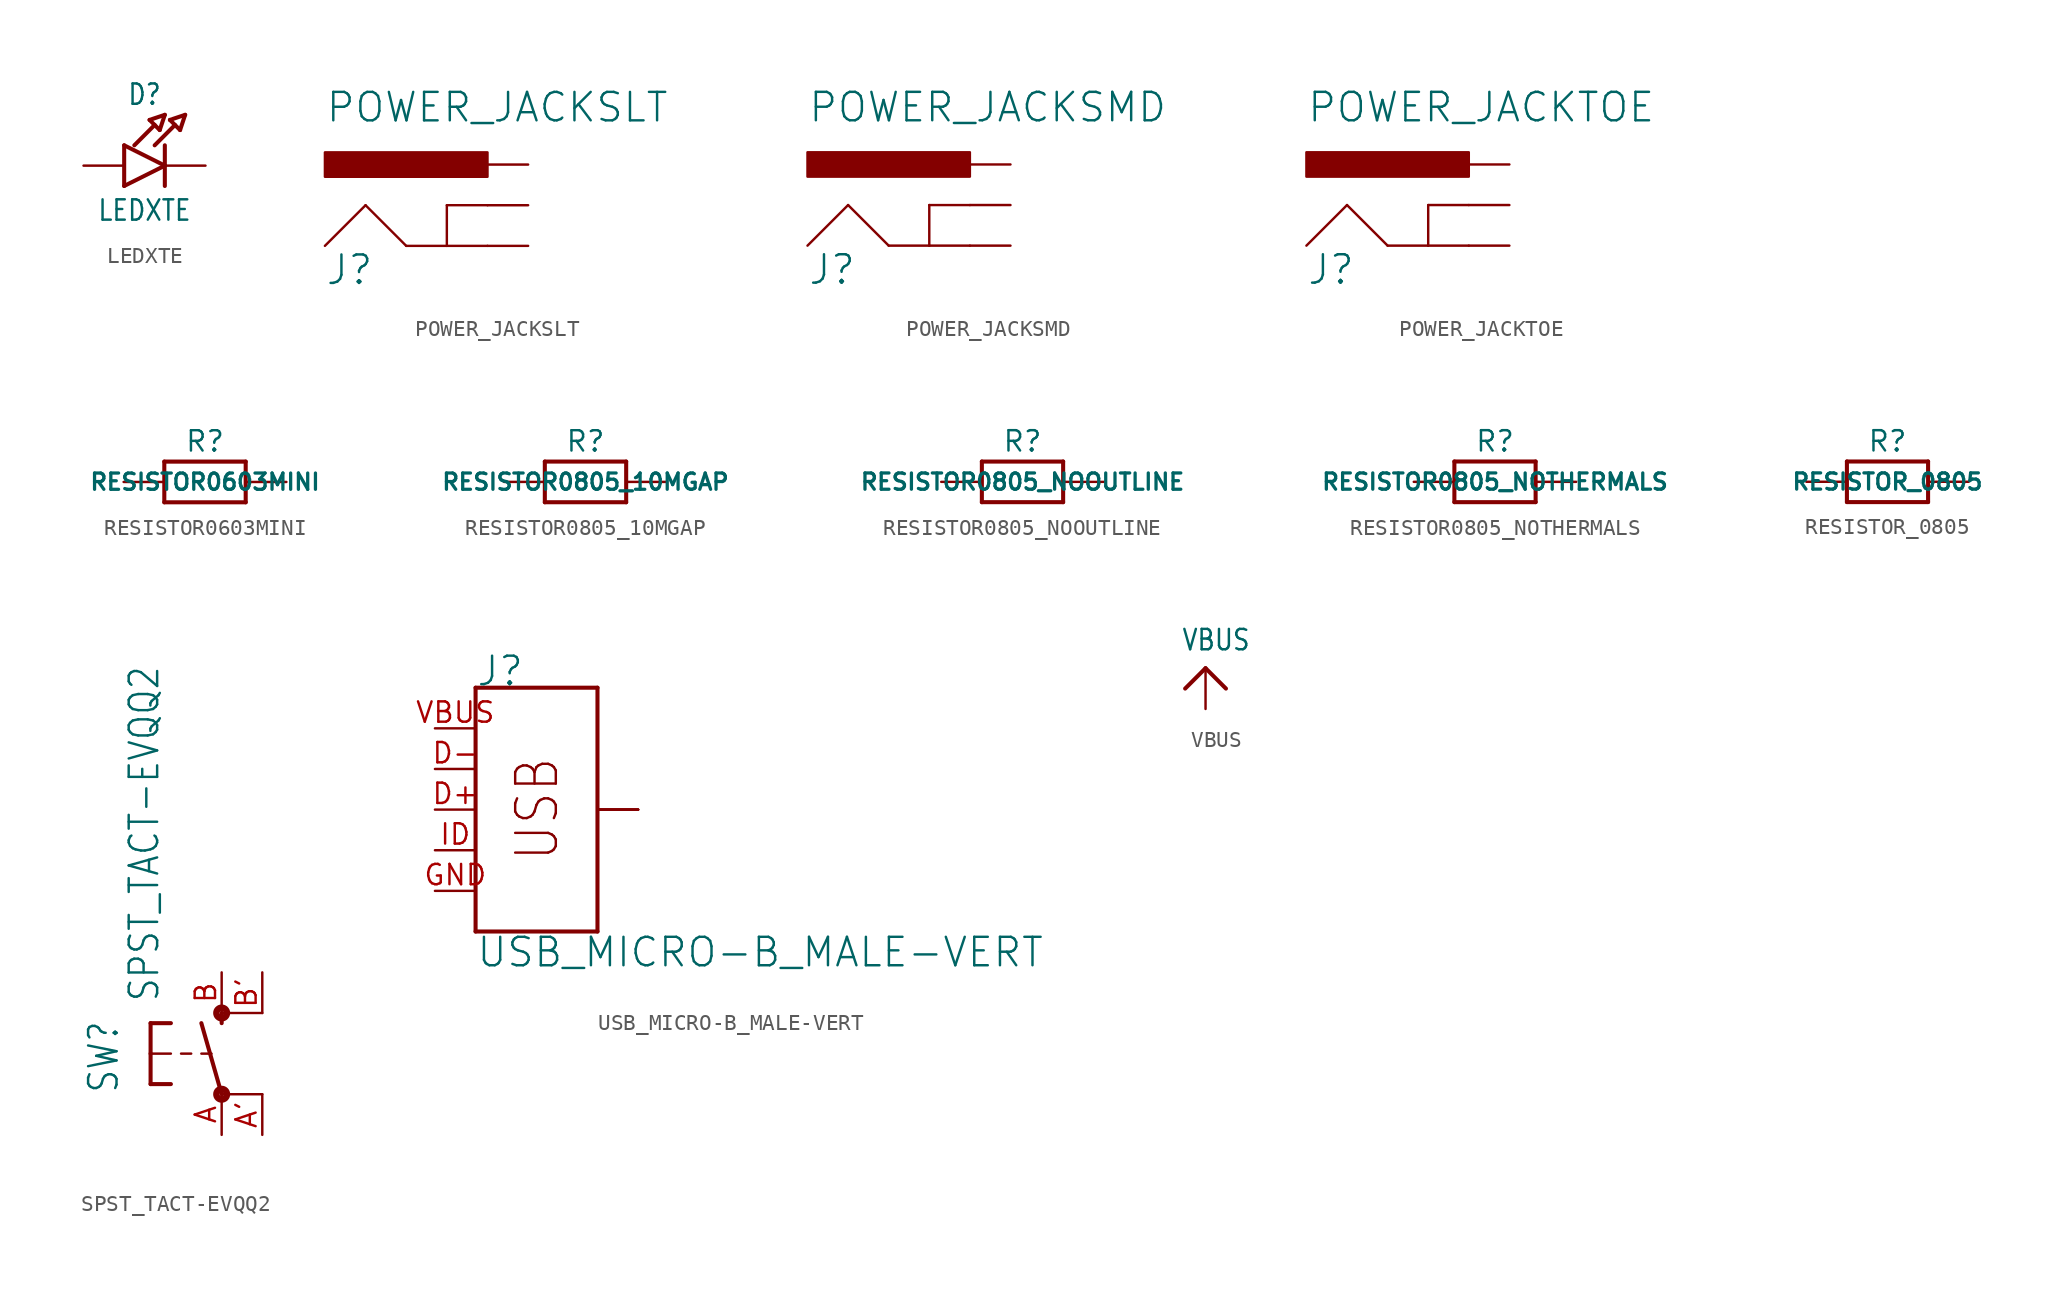
<source format=kicad_sym>
(kicad_symbol_lib
  (version 20211014)
  (generator kicad_symbol_editor)
  (symbol "LEDXTE"
    (property "Reference" "D"
      (at -1.27 4.445 0)
      (effects (font (size 1.27 1.079))))
    (property "Value" "LEDXTE"
      (at -1.27 -2.794 0)
      (effects (font (size 1.27 1.079))))
    (property "ki_locked" ""
      (at 0 0 0)
      (effects (font (size 1.27 1.27))))
    (symbol "LEDXTE_1_0"
      (polyline (pts (xy -2.54 -1.27) (xy 0 0)) (stroke (width 0.254) (type default) (color 0 0 0 0)) (fill (type none)))
      (polyline (pts (xy -2.54 1.27) (xy -2.54 -1.27)) (stroke (width 0.254) (type default) (color 0 0 0 0)) (fill (type none)))
      (polyline (pts (xy -1.905 1.27) (xy -0.635 2.54)) (stroke (width 0.254) (type default) (color 0 0 0 0)) (fill (type none)))
      (polyline (pts (xy -0.953 2.857) (xy -0.318 2.223)) (stroke (width 0.254) (type default) (color 0 0 0 0)) (fill (type none)))
      (polyline (pts (xy -0.635 1.27) (xy 0.635 2.54)) (stroke (width 0.254) (type default) (color 0 0 0 0)) (fill (type none)))
      (polyline (pts (xy -0.318 2.223) (xy 0 3.175)) (stroke (width 0.254) (type default) (color 0 0 0 0)) (fill (type none)))
      (polyline (pts (xy 0 0) (xy -2.54 1.27)) (stroke (width 0.254) (type default) (color 0 0 0 0)) (fill (type none)))
      (polyline (pts (xy 0 0) (xy 0 -1.27)) (stroke (width 0.254) (type default) (color 0 0 0 0)) (fill (type none)))
      (polyline (pts (xy 0 1.27) (xy 0 0)) (stroke (width 0.254) (type default) (color 0 0 0 0)) (fill (type none)))
      (polyline (pts (xy 0 3.175) (xy -0.953 2.857)) (stroke (width 0.254) (type default) (color 0 0 0 0)) (fill (type none)))
      (polyline (pts (xy 0.318 2.857) (xy 0.953 2.223)) (stroke (width 0.254) (type default) (color 0 0 0 0)) (fill (type none)))
      (polyline (pts (xy 0.953 2.223) (xy 1.27 3.175)) (stroke (width 0.254) (type default) (color 0 0 0 0)) (fill (type none)))
      (polyline (pts (xy 1.27 3.175) (xy 0.318 2.857)) (stroke (width 0.254) (type default) (color 0 0 0 0)) (fill (type none)))
      (pin passive line (at -5.08 0 0) (length 2.54) (name "A" (effects (font (size 0 0)))) (number "ANODE" (effects (font (size 0 0)))))
      (pin passive line (at 2.54 0 180) (length 2.54) (name "C" (effects (font (size 0 0)))) (number "CATHODE" (effects (font (size 0 0)))))))
  (symbol "POWER_JACKSLT"
    (property "Reference" "J"
      (at -10.16 0 0)
      (effects (font (size 1.778 1.778)) (justify left bottom)))
    (property "Value" "POWER_JACKSLT"
      (at -10.16 10.16 0)
      (effects (font (size 1.778 1.778)) (justify left bottom)))
    (property "ki_locked" ""
      (at 0 0 0)
      (effects (font (size 1.27 1.27))))
    (symbol "POWER_JACKSLT_1_0"
      (rectangle (start -10.16 6.858) (end 0 8.382) (stroke (width 0) (type default) (color 0 0 0 0)) (fill (type outline)))
      (polyline (pts (xy -10.16 2.54) (xy -7.62 5.08)) (stroke (width 0.152) (type default) (color 0 0 0 0)) (fill (type none)))
      (polyline (pts (xy -7.62 5.08) (xy -5.08 2.54)) (stroke (width 0.152) (type default) (color 0 0 0 0)) (fill (type none)))
      (polyline (pts (xy -5.08 2.54) (xy -2.54 2.54)) (stroke (width 0.152) (type default) (color 0 0 0 0)) (fill (type none)))
      (polyline (pts (xy -2.54 2.54) (xy -2.54 5.08)) (stroke (width 0.152) (type default) (color 0 0 0 0)) (fill (type none)))
      (polyline (pts (xy -2.54 2.54) (xy 0 2.54)) (stroke (width 0.152) (type default) (color 0 0 0 0)) (fill (type none)))
      (polyline (pts (xy -2.54 5.08) (xy 0 5.08)) (stroke (width 0.152) (type default) (color 0 0 0 0)) (fill (type none)))
      (pin bidirectional line (at 2.54 5.08 180) (length 2.54) (name "GNDBREAK" (effects (font (size 0 0)))) (number "GND@1" (effects (font (size 0 0)))))
      (pin bidirectional line (at 2.54 2.54 180) (length 2.54) (name "GND" (effects (font (size 0 0)))) (number "GND@2" (effects (font (size 0 0)))))
      (pin bidirectional line (at 2.54 7.62 180) (length 2.54) (name "PWR" (effects (font (size 0 0)))) (number "PWR" (effects (font (size 0 0)))))))
  (symbol "POWER_JACKSMD"
    (property "Reference" "J"
      (at -10.16 0 0)
      (effects (font (size 1.778 1.778)) (justify left bottom)))
    (property "Value" "POWER_JACKSMD"
      (at -10.16 10.16 0)
      (effects (font (size 1.778 1.778)) (justify left bottom)))
    (property "ki_locked" ""
      (at 0 0 0)
      (effects (font (size 1.27 1.27))))
    (symbol "POWER_JACKSMD_1_0"
      (rectangle (start -10.16 6.858) (end 0 8.382) (stroke (width 0) (type default) (color 0 0 0 0)) (fill (type outline)))
      (polyline (pts (xy -10.16 2.54) (xy -7.62 5.08)) (stroke (width 0.152) (type default) (color 0 0 0 0)) (fill (type none)))
      (polyline (pts (xy -7.62 5.08) (xy -5.08 2.54)) (stroke (width 0.152) (type default) (color 0 0 0 0)) (fill (type none)))
      (polyline (pts (xy -5.08 2.54) (xy -2.54 2.54)) (stroke (width 0.152) (type default) (color 0 0 0 0)) (fill (type none)))
      (polyline (pts (xy -2.54 2.54) (xy -2.54 5.08)) (stroke (width 0.152) (type default) (color 0 0 0 0)) (fill (type none)))
      (polyline (pts (xy -2.54 2.54) (xy 0 2.54)) (stroke (width 0.152) (type default) (color 0 0 0 0)) (fill (type none)))
      (polyline (pts (xy -2.54 5.08) (xy 0 5.08)) (stroke (width 0.152) (type default) (color 0 0 0 0)) (fill (type none)))
      (pin bidirectional line (at 2.54 5.08 180) (length 2.54) (name "GNDBREAK" (effects (font (size 0 0)))) (number "GND" (effects (font (size 0 0)))))
      (pin bidirectional line (at 2.54 2.54 180) (length 2.54) (name "GND" (effects (font (size 0 0)))) (number "P$4" (effects (font (size 0 0)))))
      (pin bidirectional line (at 2.54 7.62 180) (length 2.54) (name "PWR" (effects (font (size 0 0)))) (number "VIN0" (effects (font (size 0 0)))))))
  (symbol "POWER_JACKTOE"
    (property "Reference" "J"
      (at -10.16 0 0)
      (effects (font (size 1.778 1.778)) (justify left bottom)))
    (property "Value" "POWER_JACKTOE"
      (at -10.16 10.16 0)
      (effects (font (size 1.778 1.778)) (justify left bottom)))
    (property "ki_locked" ""
      (at 0 0 0)
      (effects (font (size 1.27 1.27))))
    (symbol "POWER_JACKTOE_1_0"
      (rectangle (start -10.16 6.858) (end 0 8.382) (stroke (width 0) (type default) (color 0 0 0 0)) (fill (type outline)))
      (polyline (pts (xy -10.16 2.54) (xy -7.62 5.08)) (stroke (width 0.152) (type default) (color 0 0 0 0)) (fill (type none)))
      (polyline (pts (xy -7.62 5.08) (xy -5.08 2.54)) (stroke (width 0.152) (type default) (color 0 0 0 0)) (fill (type none)))
      (polyline (pts (xy -5.08 2.54) (xy -2.54 2.54)) (stroke (width 0.152) (type default) (color 0 0 0 0)) (fill (type none)))
      (polyline (pts (xy -2.54 2.54) (xy -2.54 5.08)) (stroke (width 0.152) (type default) (color 0 0 0 0)) (fill (type none)))
      (polyline (pts (xy -2.54 2.54) (xy 0 2.54)) (stroke (width 0.152) (type default) (color 0 0 0 0)) (fill (type none)))
      (polyline (pts (xy -2.54 5.08) (xy 0 5.08)) (stroke (width 0.152) (type default) (color 0 0 0 0)) (fill (type none)))
      (pin bidirectional line (at 2.54 5.08 180) (length 2.54) (name "GNDBREAK" (effects (font (size 0 0)))) (number "GND" (effects (font (size 0 0)))))
      (pin bidirectional line (at 2.54 2.54 180) (length 2.54) (name "GND" (effects (font (size 0 0)))) (number "P$4" (effects (font (size 0 0)))))
      (pin bidirectional line (at 2.54 7.62 180) (length 2.54) (name "PWR" (effects (font (size 0 0)))) (number "VIN0" (effects (font (size 0 0)))))))
  (symbol "RESISTOR0603MINI"
    (property "Reference" "R"
      (at 0 2.54 0)
      (effects (font (size 1.27 1.27))))
    (property "Value" "RESISTOR0603MINI"
      (at 0 0 0)
      (effects (font (size 1.016 1.016) bold)))
    (property "ki_locked" ""
      (at 0 0 0)
      (effects (font (size 1.27 1.27))))
    (symbol "RESISTOR0603MINI_1_0"
      (polyline (pts (xy -2.54 -1.27) (xy -2.54 1.27)) (stroke (width 0.254) (type default) (color 0 0 0 0)) (fill (type none)))
      (polyline (pts (xy -2.54 1.27) (xy 2.54 1.27)) (stroke (width 0.254) (type default) (color 0 0 0 0)) (fill (type none)))
      (polyline (pts (xy 2.54 -1.27) (xy -2.54 -1.27)) (stroke (width 0.254) (type default) (color 0 0 0 0)) (fill (type none)))
      (polyline (pts (xy 2.54 1.27) (xy 2.54 -1.27)) (stroke (width 0.254) (type default) (color 0 0 0 0)) (fill (type none)))
      (pin passive line (at -5.08 0 0) (length 2.54) (name "1" (effects (font (size 0 0)))) (number "1" (effects (font (size 0 0)))))
      (pin passive line (at 5.08 0 180) (length 2.54) (name "2" (effects (font (size 0 0)))) (number "2" (effects (font (size 0 0)))))))
  (symbol "RESISTOR0805_10MGAP"
    (property "Reference" "R"
      (at 0 2.54 0)
      (effects (font (size 1.27 1.27))))
    (property "Value" "RESISTOR0805_10MGAP"
      (at 0 0 0)
      (effects (font (size 1.016 1.016) bold)))
    (property "ki_locked" ""
      (at 0 0 0)
      (effects (font (size 1.27 1.27))))
    (symbol "RESISTOR0805_10MGAP_1_0"
      (polyline (pts (xy -2.54 -1.27) (xy -2.54 1.27)) (stroke (width 0.254) (type default) (color 0 0 0 0)) (fill (type none)))
      (polyline (pts (xy -2.54 1.27) (xy 2.54 1.27)) (stroke (width 0.254) (type default) (color 0 0 0 0)) (fill (type none)))
      (polyline (pts (xy 2.54 -1.27) (xy -2.54 -1.27)) (stroke (width 0.254) (type default) (color 0 0 0 0)) (fill (type none)))
      (polyline (pts (xy 2.54 1.27) (xy 2.54 -1.27)) (stroke (width 0.254) (type default) (color 0 0 0 0)) (fill (type none)))
      (pin passive line (at -5.08 0 0) (length 2.54) (name "1" (effects (font (size 0 0)))) (number "1" (effects (font (size 0 0)))))
      (pin passive line (at 5.08 0 180) (length 2.54) (name "2" (effects (font (size 0 0)))) (number "2" (effects (font (size 0 0)))))))
  (symbol "RESISTOR0805_NOOUTLINE"
    (property "Reference" "R"
      (at 0 2.54 0)
      (effects (font (size 1.27 1.27))))
    (property "Value" "RESISTOR0805_NOOUTLINE"
      (at 0 0 0)
      (effects (font (size 1.016 1.016) bold)))
    (property "ki_locked" ""
      (at 0 0 0)
      (effects (font (size 1.27 1.27))))
    (symbol "RESISTOR0805_NOOUTLINE_1_0"
      (polyline (pts (xy -2.54 -1.27) (xy -2.54 1.27)) (stroke (width 0.254) (type default) (color 0 0 0 0)) (fill (type none)))
      (polyline (pts (xy -2.54 1.27) (xy 2.54 1.27)) (stroke (width 0.254) (type default) (color 0 0 0 0)) (fill (type none)))
      (polyline (pts (xy 2.54 -1.27) (xy -2.54 -1.27)) (stroke (width 0.254) (type default) (color 0 0 0 0)) (fill (type none)))
      (polyline (pts (xy 2.54 1.27) (xy 2.54 -1.27)) (stroke (width 0.254) (type default) (color 0 0 0 0)) (fill (type none)))
      (pin passive line (at -5.08 0 0) (length 2.54) (name "1" (effects (font (size 0 0)))) (number "1" (effects (font (size 0 0)))))
      (pin passive line (at 5.08 0 180) (length 2.54) (name "2" (effects (font (size 0 0)))) (number "2" (effects (font (size 0 0)))))))
  (symbol "RESISTOR0805_NOTHERMALS"
    (property "Reference" "R"
      (at 0 2.54 0)
      (effects (font (size 1.27 1.27))))
    (property "Value" "RESISTOR0805_NOTHERMALS"
      (at 0 0 0)
      (effects (font (size 1.016 1.016) bold)))
    (property "ki_locked" ""
      (at 0 0 0)
      (effects (font (size 1.27 1.27))))
    (symbol "RESISTOR0805_NOTHERMALS_1_0"
      (polyline (pts (xy -2.54 -1.27) (xy -2.54 1.27)) (stroke (width 0.254) (type default) (color 0 0 0 0)) (fill (type none)))
      (polyline (pts (xy -2.54 1.27) (xy 2.54 1.27)) (stroke (width 0.254) (type default) (color 0 0 0 0)) (fill (type none)))
      (polyline (pts (xy 2.54 -1.27) (xy -2.54 -1.27)) (stroke (width 0.254) (type default) (color 0 0 0 0)) (fill (type none)))
      (polyline (pts (xy 2.54 1.27) (xy 2.54 -1.27)) (stroke (width 0.254) (type default) (color 0 0 0 0)) (fill (type none)))
      (pin passive line (at -5.08 0 0) (length 2.54) (name "1" (effects (font (size 0 0)))) (number "1" (effects (font (size 0 0)))))
      (pin passive line (at 5.08 0 180) (length 2.54) (name "2" (effects (font (size 0 0)))) (number "2" (effects (font (size 0 0)))))))
  (symbol "RESISTOR_0805"
    (property "Reference" "R"
      (at 0 2.54 0)
      (effects (font (size 1.27 1.27))))
    (property "Value" "RESISTOR_0805"
      (at 0 0 0)
      (effects (font (size 1.016 1.016) bold)))
    (property "ki_locked" ""
      (at 0 0 0)
      (effects (font (size 1.27 1.27))))
    (symbol "RESISTOR_0805_1_0"
      (polyline (pts (xy -2.54 -1.27) (xy -2.54 1.27)) (stroke (width 0.254) (type default) (color 0 0 0 0)) (fill (type none)))
      (polyline (pts (xy -2.54 1.27) (xy 2.54 1.27)) (stroke (width 0.254) (type default) (color 0 0 0 0)) (fill (type none)))
      (polyline (pts (xy 2.54 -1.27) (xy -2.54 -1.27)) (stroke (width 0.254) (type default) (color 0 0 0 0)) (fill (type none)))
      (polyline (pts (xy 2.54 1.27) (xy 2.54 -1.27)) (stroke (width 0.254) (type default) (color 0 0 0 0)) (fill (type none)))
      (pin passive line (at -5.08 0 0) (length 2.54) (name "1" (effects (font (size 0 0)))) (number "1" (effects (font (size 0 0)))))
      (pin passive line (at 5.08 0 180) (length 2.54) (name "2" (effects (font (size 0 0)))) (number "2" (effects (font (size 0 0)))))))
  (symbol "SPST_TACT-EVQQ2"
    (property "Reference" "SW"
      (at -6.35 -2.54 90)
      (effects (font (size 1.778 1.511)) (justify left bottom)))
    (property "Value" "SPST_TACT-EVQQ2"
      (at -3.81 3.175 90)
      (effects (font (size 1.778 1.511)) (justify left bottom)))
    (property "ki_locked" ""
      (at 0 0 0)
      (effects (font (size 1.27 1.27))))
    (symbol "SPST_TACT-EVQQ2_1_0"
      (circle (center 0 -2.54) (radius 0.127) (stroke (width 0.406) (type default) (color 0 0 0 0)) (fill (type none)))
      (polyline (pts (xy -4.445 -1.905) (xy -3.175 -1.905)) (stroke (width 0.254) (type default) (color 0 0 0 0)) (fill (type none)))
      (polyline (pts (xy -4.445 0) (xy -4.445 -1.905)) (stroke (width 0.254) (type default) (color 0 0 0 0)) (fill (type none)))
      (polyline (pts (xy -4.445 0) (xy -3.175 0)) (stroke (width 0.152) (type default) (color 0 0 0 0)) (fill (type none)))
      (polyline (pts (xy -4.445 1.905) (xy -4.445 0)) (stroke (width 0.254) (type default) (color 0 0 0 0)) (fill (type none)))
      (polyline (pts (xy -4.445 1.905) (xy -3.175 1.905)) (stroke (width 0.254) (type default) (color 0 0 0 0)) (fill (type none)))
      (polyline (pts (xy -2.54 0) (xy -1.905 0)) (stroke (width 0.152) (type default) (color 0 0 0 0)) (fill (type none)))
      (polyline (pts (xy -1.27 0) (xy -0.635 0)) (stroke (width 0.152) (type default) (color 0 0 0 0)) (fill (type none)))
      (polyline (pts (xy 0 -2.54) (xy -1.27 1.905)) (stroke (width 0.254) (type default) (color 0 0 0 0)) (fill (type none)))
      (polyline (pts (xy 0 1.905) (xy 0 2.54)) (stroke (width 0.254) (type default) (color 0 0 0 0)) (fill (type none)))
      (polyline (pts (xy 2.54 -2.54) (xy 0 -2.54)) (stroke (width 0.152) (type default) (color 0 0 0 0)) (fill (type none)))
      (polyline (pts (xy 2.54 2.54) (xy 0 2.54)) (stroke (width 0.152) (type default) (color 0 0 0 0)) (fill (type none)))
      (circle (center 0 2.54) (radius 0.127) (stroke (width 0.406) (type default) (color 0 0 0 0)) (fill (type none)))
      (pin passive line (at 0 -5.08 90) (length 2.54) (name "P" (effects (font (size 0 0)))) (number "A" (effects (font (size 1.27 1.27)))))
      (pin passive line (at 2.54 -5.08 90) (length 2.54) (name "P1" (effects (font (size 0 0)))) (number "A'" (effects (font (size 1.27 1.27)))))
      (pin passive line (at 0 5.08 270) (length 2.54) (name "S" (effects (font (size 0 0)))) (number "B" (effects (font (size 1.27 1.27)))))
      (pin passive line (at 2.54 5.08 270) (length 2.54) (name "S1" (effects (font (size 0 0)))) (number "B'" (effects (font (size 1.27 1.27)))))))
  (symbol "USB_MICRO-B_MALE-VERT"
    (property "Reference" "J"
      (at -2.54 7.62 0)
      (effects (font (size 1.778 1.778)) (justify left bottom)))
    (property "Value" "USB_MICRO-B_MALE-VERT"
      (at -2.54 -7.874 0)
      (effects (font (size 1.778 1.778)) (justify left top)))
    (property "ki_locked" ""
      (at 0 0 0)
      (effects (font (size 1.27 1.27))))
    (symbol "USB_MICRO-B_MALE-VERT_1_0"
      (polyline (pts (xy -2.54 -7.62) (xy 5.08 -7.62)) (stroke (width 0.254) (type default) (color 0 0 0 0)) (fill (type none)))
      (polyline (pts (xy -2.54 7.62) (xy -2.54 -7.62)) (stroke (width 0.254) (type default) (color 0 0 0 0)) (fill (type none)))
      (polyline (pts (xy 5.08 7.62) (xy -2.54 7.62)) (stroke (width 0.254) (type default) (color 0 0 0 0)) (fill (type none)))
      (polyline (pts (xy 5.08 7.62) (xy 5.08 -7.62)) (stroke (width 0.254) (type default) (color 0 0 0 0)) (fill (type none)))
      (text "USB" (at 2.794 -3.302 900) (effects (font (size 2.54 2.159)) (justify left bottom)))
      (pin bidirectional line (at -5.08 0 0) (length 2.54) (name "D+" (effects (font (size 0 0)))) (number "D+" (effects (font (size 1.27 1.27)))))
      (pin bidirectional line (at -5.08 2.54 0) (length 2.54) (name "D-" (effects (font (size 0 0)))) (number "D-" (effects (font (size 1.27 1.27)))))
      (pin power_in line (at -5.08 -5.08 0) (length 2.54) (name "GND" (effects (font (size 0 0)))) (number "GND" (effects (font (size 1.27 1.27)))))
      (pin bidirectional line (at -5.08 -2.54 0) (length 2.54) (name "ID" (effects (font (size 0 0)))) (number "ID" (effects (font (size 1.27 1.27)))))
      (pin bidirectional line (at 7.62 0 180) (length 2.54) (name "SHIELD" (effects (font (size 0 0)))) (number "SHLD1" (effects (font (size 0 0)))))
      (pin bidirectional line (at 7.62 0 180) (length 2.54) (name "SHIELD" (effects (font (size 0 0)))) (number "SHLD2" (effects (font (size 0 0)))))
      (pin bidirectional line (at 7.62 0 180) (length 2.54) (name "SHIELD" (effects (font (size 0 0)))) (number "SHLD3" (effects (font (size 0 0)))))
      (pin bidirectional line (at 7.62 0 180) (length 2.54) (name "SHIELD" (effects (font (size 0 0)))) (number "SHLD4" (effects (font (size 0 0)))))
      (pin power_in line (at -5.08 5.08 0) (length 2.54) (name "VBUS" (effects (font (size 0 0)))) (number "VBUS" (effects (font (size 1.27 1.27)))))))
  (symbol "VBUS"
    (power)
    (property "Reference" ""
      (at 0 0 0)
      (effects (font (size 1.27 1.27)) hide))
    (property "Value" "VBUS"
      (at -1.524 1.016 0)
      (effects (font (size 1.27 1.079)) (justify left bottom)))
    (property "ki_locked" ""
      (at 0 0 0)
      (effects (font (size 1.27 1.27))))
    (symbol "VBUS_1_0"
      (polyline (pts (xy -1.27 -1.27) (xy 0 0)) (stroke (width 0.254) (type default) (color 0 0 0 0)) (fill (type none)))
      (polyline (pts (xy 0 0) (xy 1.27 -1.27)) (stroke (width 0.254) (type default) (color 0 0 0 0)) (fill (type none)))
      (pin power_in line (at 0 -2.54 90) (length 2.54) (name "VBUS" (effects (font (size 0 0)))) (number "1" (effects (font (size 0 0))))))))
</source>
